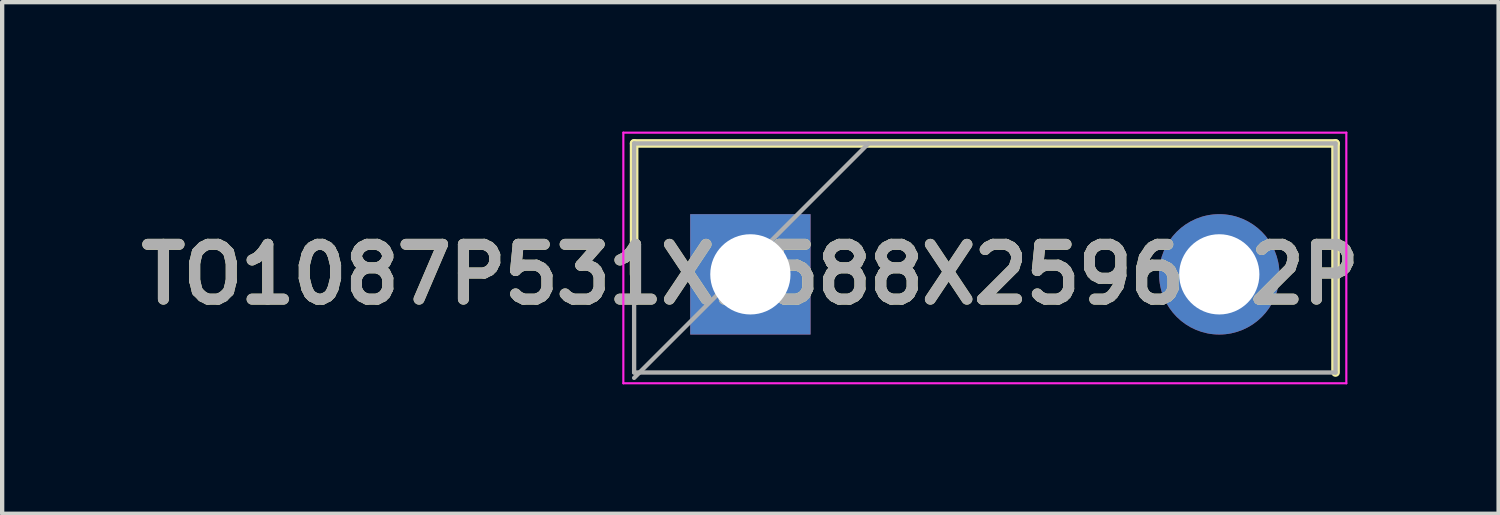
<source format=kicad_pcb>
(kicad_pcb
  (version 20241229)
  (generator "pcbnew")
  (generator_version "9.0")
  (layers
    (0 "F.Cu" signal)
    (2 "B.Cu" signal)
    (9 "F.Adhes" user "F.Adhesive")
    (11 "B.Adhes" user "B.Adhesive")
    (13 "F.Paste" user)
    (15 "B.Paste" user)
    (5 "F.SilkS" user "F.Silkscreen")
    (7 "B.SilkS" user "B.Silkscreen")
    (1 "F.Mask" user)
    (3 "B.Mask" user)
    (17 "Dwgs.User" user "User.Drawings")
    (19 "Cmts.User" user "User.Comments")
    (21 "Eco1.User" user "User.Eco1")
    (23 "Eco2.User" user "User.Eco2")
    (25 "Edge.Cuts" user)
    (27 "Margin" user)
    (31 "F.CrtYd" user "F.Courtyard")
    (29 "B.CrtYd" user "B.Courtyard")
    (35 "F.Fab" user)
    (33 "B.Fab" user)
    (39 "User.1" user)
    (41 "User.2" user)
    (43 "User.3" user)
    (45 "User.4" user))
  (footprint "TO1087P531X1588X2596-2P"
    (layer "F.Cu")
    (at 14.345 3.31)
    (property "Reference" "TO1087P531X1588X2596-2P" (at 0 0 0) (layer "F.SilkS") (effects (font (size 1.27 1.27) (thickness 0.254))))
    (attr through_hole)
    (fp_line (start -2.695 -3.035) (end -2.695 0) (stroke (width 0.2) (type solid)) (layer "F.SilkS"))
    (fp_line (start 13.565 -3.035) (end -2.695 -3.035) (stroke (width 0.2) (type solid)) (layer "F.SilkS"))
    (fp_line (start 13.565 2.275) (end 13.565 -3.035) (stroke (width 0.2) (type solid)) (layer "F.SilkS"))
    (fp_line (start -2.945 -3.285) (end 13.815 -3.285) (stroke (width 0.05) (type solid)) (layer "F.CrtYd"))
    (fp_line (start -2.945 2.525) (end -2.945 -3.285) (stroke (width 0.05) (type solid)) (layer "F.CrtYd"))
    (fp_line (start 13.815 -3.285) (end 13.815 2.525) (stroke (width 0.05) (type solid)) (layer "F.CrtYd"))
    (fp_line (start 13.815 2.525) (end -2.945 2.525) (stroke (width 0.05) (type solid)) (layer "F.CrtYd"))
    (fp_line (start -2.695 -3.035) (end 13.565 -3.035) (stroke (width 0.1) (type solid)) (layer "F.Fab"))
    (fp_line (start -2.695 2.275) (end -2.695 -3.035) (stroke (width 0.1) (type solid)) (layer "F.Fab"))
    (fp_line (start -2.695 2.4) (end 2.74 -3.035) (stroke (width 0.1) (type solid)) (layer "F.Fab"))
    (fp_line (start 13.565 -3.035) (end 13.565 2.275) (stroke (width 0.1) (type solid)) (layer "F.Fab"))
    (fp_line (start 13.565 2.275) (end -2.695 2.275) (stroke (width 0.1) (type solid)) (layer "F.Fab"))
    (fp_text user "${REFERENCE}" (at 0 0 0) (layer "F.Fab") (effects (font (size 1.27 1.27) (thickness 0.254))))
    (pad "1" thru_hole rect (at 0 0) (size 2.79 2.79) (drill 1.86) (layers "*.Cu" "*.Mask"))
    (pad "2" thru_hole circle (at 10.87 0) (size 2.79 2.79) (drill 1.86) (layers "*.Cu" "*.Mask")))
  (gr_rect
    (start -3 -3)
    (end 31.69 8.86)
    (stroke (width 0.1) (type default))
    (fill no)
    (layer "Edge.Cuts")))
</source>
